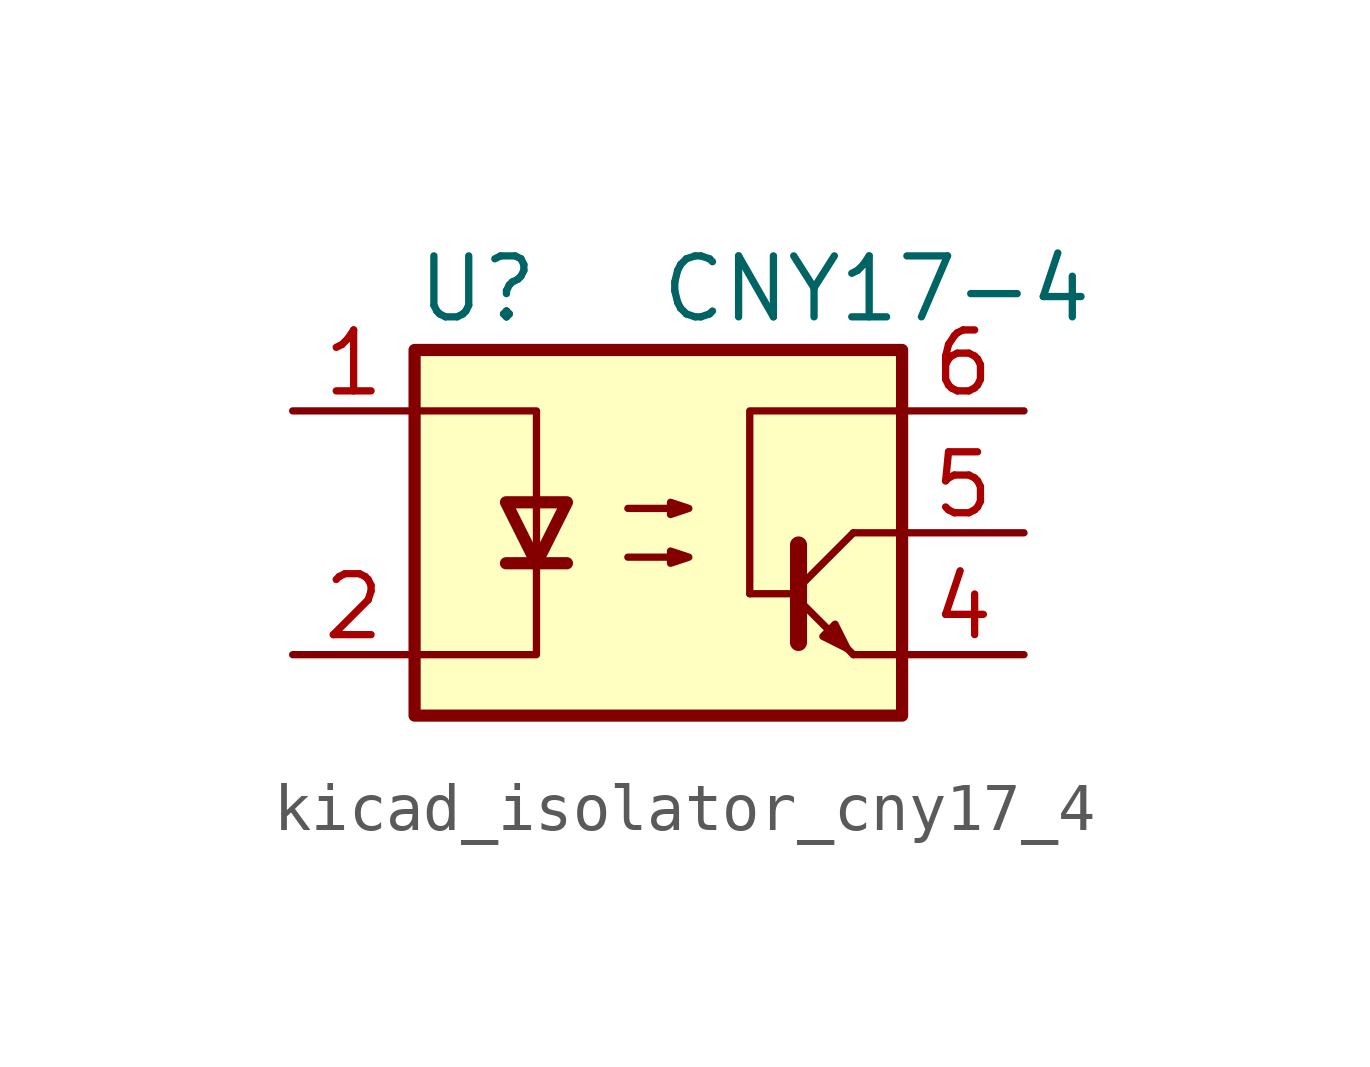
<source format=kicad_sym>
(kicad_symbol_lib
  (version 20220914)
  (generator kicad_symbol_editor)
  (symbol "kicad_isolator_cny17_4"
    (pin_names
      (offset 1.016))
    (property "Reference" "U"
      (at -5.08 5.08 0)
      (effects (font (size 1.27 1.27)) (justify left)))
    (property "Value" "CNY17-4"
      (at 0 5.08 0)
      (effects (font (size 1.27 1.27)) (justify left)))
    (symbol "kicad_isolator_cny17_4_0_1"
      (rectangle (start -5.08 3.81) (end 5.08 -3.81) (stroke (width 0.254) (type default)) (fill (type background)))
      (polyline (pts (xy -3.175 -0.635) (xy -1.905 -0.635)) (stroke (width 0.254) (type default)) (fill (type none)))
      (polyline (pts (xy 2.921 -1.397) (xy 4.064 -2.54)) (stroke (width 0) (type default)) (fill (type none)))
      (polyline (pts (xy 2.921 -1.27) (xy 1.905 -1.27)) (stroke (width 0) (type default)) (fill (type none)))
      (polyline (pts (xy 2.921 -1.143) (xy 4.064 0)) (stroke (width 0) (type default)) (fill (type none)))
      (polyline (pts (xy 4.064 -2.54) (xy 5.08 -2.54)) (stroke (width 0) (type default)) (fill (type none)))
      (polyline (pts (xy 5.08 0) (xy 4.064 0)) (stroke (width 0) (type default)) (fill (type none)))
      (polyline (pts (xy -5.08 2.54) (xy -2.54 2.54) (xy -2.54 -0.762)) (stroke (width 0) (type default)) (fill (type none)))
      (polyline (pts (xy -2.54 -0.635) (xy -2.54 -2.54) (xy -5.08 -2.54)) (stroke (width 0) (type default)) (fill (type none)))
      (polyline (pts (xy 1.905 -1.27) (xy 1.905 2.54) (xy 5.08 2.54)) (stroke (width 0) (type default)) (fill (type none)))
      (polyline (pts (xy 2.921 -0.254) (xy 2.921 -2.286) (xy 2.921 -2.286)) (stroke (width 0.356) (type default)) (fill (type none)))
      (polyline (pts (xy -2.54 -0.635) (xy -3.175 0.635) (xy -1.905 0.635) (xy -2.54 -0.635)) (stroke (width 0.254) (type default)) (fill (type none)))
      (polyline (pts (xy 3.937 -2.413) (xy 3.683 -1.905) (xy 3.429 -2.159) (xy 3.937 -2.413)) (stroke (width 0) (type default)) (fill (type none)))
      (polyline (pts (xy -0.635 -0.508) (xy 0.635 -0.508) (xy 0.254 -0.635) (xy 0.254 -0.381) (xy 0.635 -0.508)) (stroke (width 0) (type default)) (fill (type none)))
      (polyline (pts (xy -0.635 0.508) (xy 0.635 0.508) (xy 0.254 0.381) (xy 0.254 0.635) (xy 0.635 0.508)) (stroke (width 0) (type default)) (fill (type none))))
    (symbol "kicad_isolator_cny17_4_1_1"
      (pin passive line (at -7.62 2.54 0) (length 2.54) (name "~" (effects (font (size 1.27 1.27)))) (number "1" (effects (font (size 1.27 1.27)))))
      (pin passive line (at -7.62 -2.54 0) (length 2.54) (name "~" (effects (font (size 1.27 1.27)))) (number "2" (effects (font (size 1.27 1.27)))))
      (pin no_connect line (at -5.08 0 0) (length 2.54) hide (name "NC" (effects (font (size 1.27 1.27)))) (number "3" (effects (font (size 1.27 1.27)))))
      (pin passive line (at 7.62 -2.54 180) (length 2.54) (name "~" (effects (font (size 1.27 1.27)))) (number "4" (effects (font (size 1.27 1.27)))))
      (pin passive line (at 7.62 0 180) (length 2.54) (name "~" (effects (font (size 1.27 1.27)))) (number "5" (effects (font (size 1.27 1.27)))))
      (pin passive line (at 7.62 2.54 180) (length 2.54) (name "~" (effects (font (size 1.27 1.27)))) (number "6" (effects (font (size 1.27 1.27))))))))
</source>
